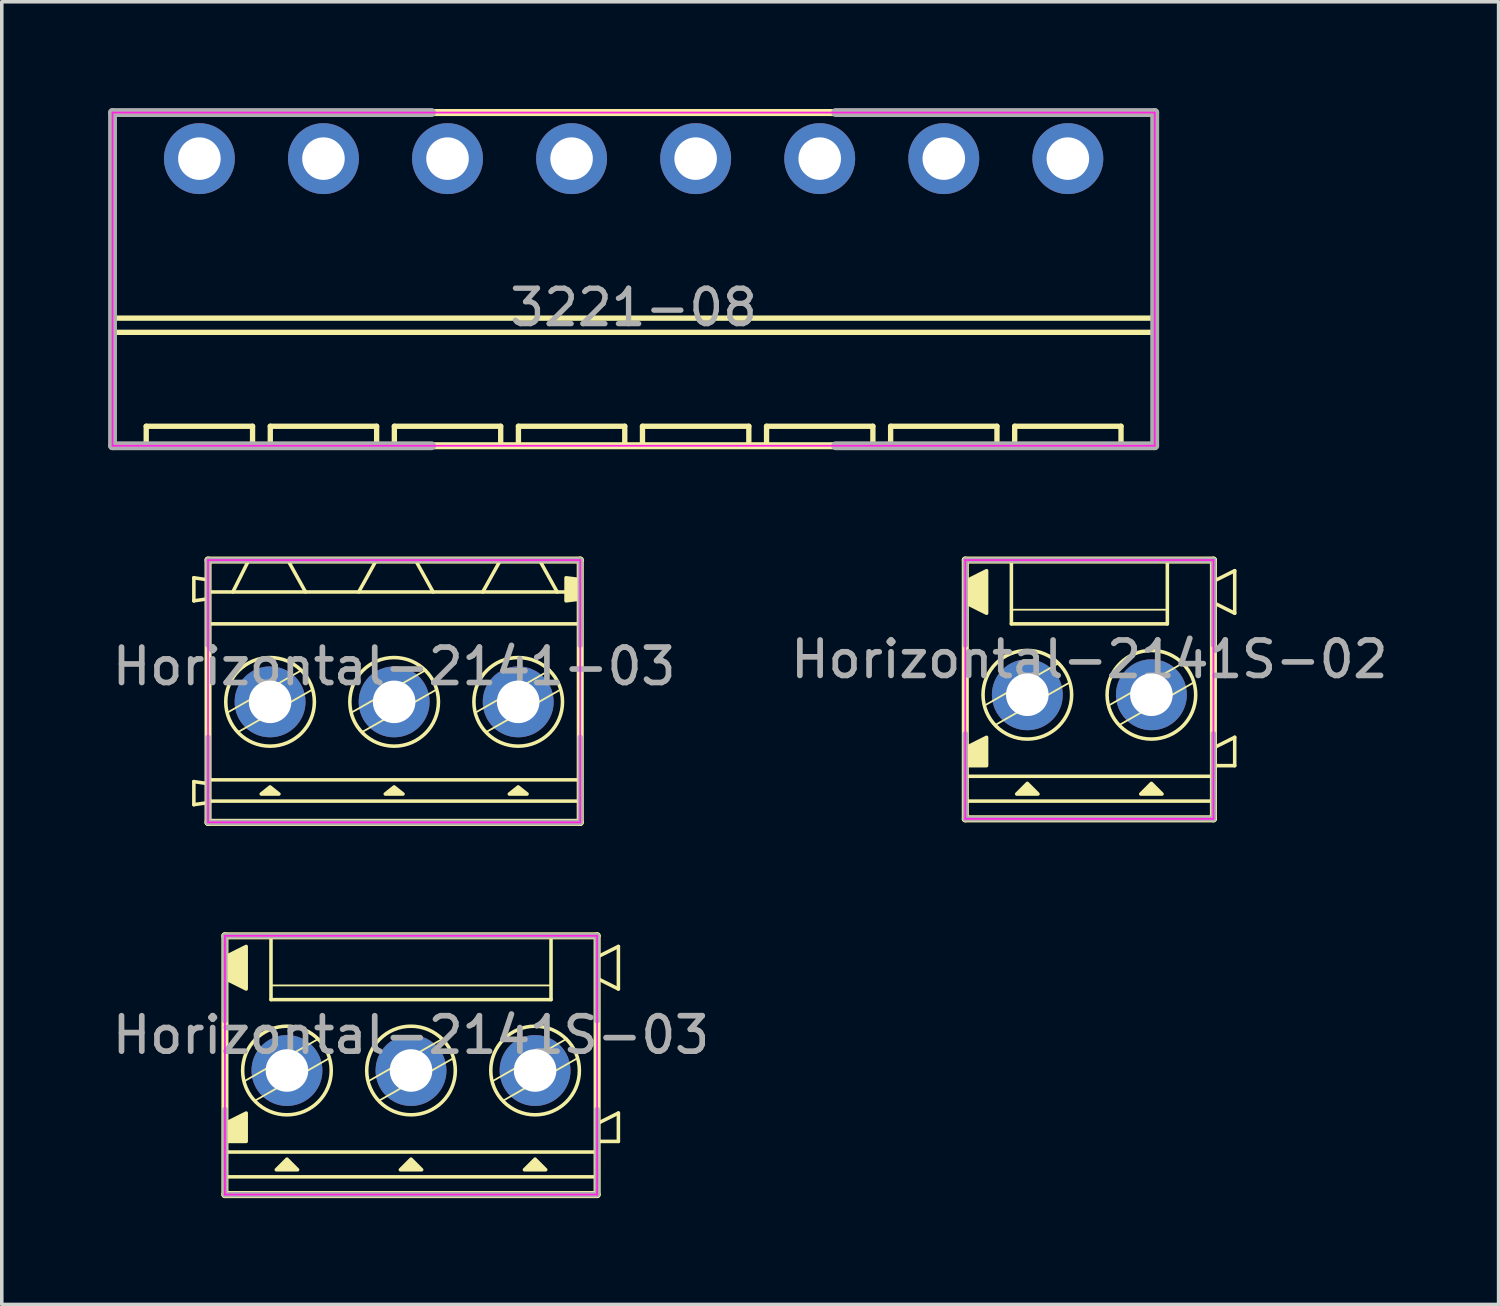
<source format=kicad_pcb>
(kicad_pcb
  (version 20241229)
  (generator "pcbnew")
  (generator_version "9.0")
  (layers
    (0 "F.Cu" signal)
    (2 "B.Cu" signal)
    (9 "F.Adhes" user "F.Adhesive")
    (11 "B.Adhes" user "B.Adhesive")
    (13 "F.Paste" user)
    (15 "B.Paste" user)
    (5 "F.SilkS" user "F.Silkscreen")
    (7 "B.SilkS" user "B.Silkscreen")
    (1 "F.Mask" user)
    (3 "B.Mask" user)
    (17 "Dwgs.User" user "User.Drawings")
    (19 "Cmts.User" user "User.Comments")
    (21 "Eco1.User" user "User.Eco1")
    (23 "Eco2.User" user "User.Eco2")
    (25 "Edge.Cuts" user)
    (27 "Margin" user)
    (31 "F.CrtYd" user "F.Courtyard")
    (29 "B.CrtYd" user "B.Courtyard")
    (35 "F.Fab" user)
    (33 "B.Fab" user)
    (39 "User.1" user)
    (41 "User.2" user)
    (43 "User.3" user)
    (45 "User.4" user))
  (footprint "3221-08"
    (layer "F.Cu")
    (at 14.825 1.425)
    (property "Reference" "3221-08" (at 0 4.2 0) (layer "F.Fab") (effects (font (size 1 1) (thickness 0.15))))
    (attr through_hole)
    (fp_line (start -14.7 -1.3) (end -14.7 8.1) (stroke (width 0.2) (type solid)) (layer "F.SilkS"))
    (fp_line (start -14.7 -1.3) (end 14.7 -1.3) (stroke (width 0.2) (type solid)) (layer "F.SilkS"))
    (fp_line (start -14.7 4.5) (end 14.7 4.5) (stroke (width 0.15) (type solid)) (layer "F.SilkS"))
    (fp_line (start -14.7 8.1) (end 14.7 8.1) (stroke (width 0.2) (type solid)) (layer "F.SilkS"))
    (fp_line (start -13.75 7.55) (end -10.75 7.55) (stroke (width 0.15) (type solid)) (layer "F.SilkS"))
    (fp_line (start -13.75 8.1) (end -13.75 7.55) (stroke (width 0.15) (type solid)) (layer "F.SilkS"))
    (fp_line (start -10.75 7.55) (end -10.75 8) (stroke (width 0.15) (type solid)) (layer "F.SilkS"))
    (fp_line (start -10.25 7.55) (end -7.25 7.55) (stroke (width 0.15) (type solid)) (layer "F.SilkS"))
    (fp_line (start -10.25 8.1) (end -10.25 7.55) (stroke (width 0.15) (type solid)) (layer "F.SilkS"))
    (fp_line (start -7.25 7.55) (end -7.25 8) (stroke (width 0.15) (type solid)) (layer "F.SilkS"))
    (fp_line (start -6.75 7.55) (end -3.75 7.55) (stroke (width 0.15) (type solid)) (layer "F.SilkS"))
    (fp_line (start -6.75 8.1) (end -6.75 7.55) (stroke (width 0.15) (type solid)) (layer "F.SilkS"))
    (fp_line (start -3.75 7.55) (end -3.75 8) (stroke (width 0.15) (type solid)) (layer "F.SilkS"))
    (fp_line (start -3.25 7.55) (end -0.25 7.55) (stroke (width 0.15) (type solid)) (layer "F.SilkS"))
    (fp_line (start -3.25 8) (end -3.25 7.55) (stroke (width 0.15) (type solid)) (layer "F.SilkS"))
    (fp_line (start -0.25 7.55) (end -0.25 8.1) (stroke (width 0.15) (type solid)) (layer "F.SilkS"))
    (fp_line (start 0.25 7.55) (end 3.25 7.55) (stroke (width 0.15) (type solid)) (layer "F.SilkS"))
    (fp_line (start 0.25 8.1) (end 0.25 7.55) (stroke (width 0.15) (type solid)) (layer "F.SilkS"))
    (fp_line (start 3.25 7.55) (end 3.25 8) (stroke (width 0.15) (type solid)) (layer "F.SilkS"))
    (fp_line (start 3.75 7.55) (end 6.75 7.55) (stroke (width 0.15) (type solid)) (layer "F.SilkS"))
    (fp_line (start 3.75 8) (end 3.75 7.55) (stroke (width 0.15) (type solid)) (layer "F.SilkS"))
    (fp_line (start 6.75 7.55) (end 6.75 8.1) (stroke (width 0.15) (type solid)) (layer "F.SilkS"))
    (fp_line (start 7.25 7.55) (end 10.25 7.55) (stroke (width 0.15) (type solid)) (layer "F.SilkS"))
    (fp_line (start 7.25 8) (end 7.25 7.55) (stroke (width 0.15) (type solid)) (layer "F.SilkS"))
    (fp_line (start 10.25 7.55) (end 10.25 8.1) (stroke (width 0.15) (type solid)) (layer "F.SilkS"))
    (fp_line (start 10.75 7.55) (end 13.75 7.55) (stroke (width 0.15) (type solid)) (layer "F.SilkS"))
    (fp_line (start 10.75 8) (end 10.75 7.55) (stroke (width 0.15) (type solid)) (layer "F.SilkS"))
    (fp_line (start 13.75 7.55) (end 13.75 8.1) (stroke (width 0.15) (type solid)) (layer "F.SilkS"))
    (fp_line (start 14.7 -1.3) (end 14.7 8.1) (stroke (width 0.2) (type solid)) (layer "F.SilkS"))
    (fp_line (start 14.7 4.9) (end -14.7 4.9) (stroke (width 0.15) (type solid)) (layer "F.SilkS"))
    (fp_line (start -14.7 -1.3) (end -14.7 8.1) (stroke (width 0.05) (type solid)) (layer "F.CrtYd"))
    (fp_line (start -14.7 8.1) (end 14.7 8.1) (stroke (width 0.05) (type solid)) (layer "F.CrtYd"))
    (fp_line (start 14.7 -1.3) (end -14.7 -1.3) (stroke (width 0.05) (type solid)) (layer "F.CrtYd"))
    (fp_line (start 14.7 8.1) (end 14.7 -1.3) (stroke (width 0.05) (type solid)) (layer "F.CrtYd"))
    (fp_line (start -14.7 -1.3) (end -14.7 8.1) (stroke (width 0.25) (type solid)) (layer "F.Fab"))
    (fp_line (start -14.7 -1.3) (end -5.7 -1.3) (stroke (width 0.25) (type solid)) (layer "F.Fab"))
    (fp_line (start -14.7 8.1) (end -5.7 8.1) (stroke (width 0.25) (type solid)) (layer "F.Fab"))
    (fp_line (start 5.7 -1.3) (end 14.7 -1.3) (stroke (width 0.25) (type solid)) (layer "F.Fab"))
    (fp_line (start 5.7 8.1) (end 14.7 8.1) (stroke (width 0.25) (type solid)) (layer "F.Fab"))
    (fp_line (start 14.7 -1.3) (end 14.7 8.1) (stroke (width 0.25) (type solid)) (layer "F.Fab"))
    (pad "1" thru_hole circle (at -12.25 0 180) (size 2 2) (drill 1.2) (layers "*.Cu" "*.Mask"))
    (pad "2" thru_hole circle (at -8.75 0 180) (size 2 2) (drill 1.2) (layers "*.Cu" "*.Mask"))
    (pad "3" thru_hole circle (at -5.25 0 180) (size 2 2) (drill 1.2) (layers "*.Cu" "*.Mask"))
    (pad "4" thru_hole circle (at -1.75 0 180) (size 2 2) (drill 1.2) (layers "*.Cu" "*.Mask"))
    (pad "5" thru_hole circle (at 1.75 0 180) (size 2 2) (drill 1.2) (layers "*.Cu" "*.Mask"))
    (pad "6" thru_hole circle (at 5.25 0 180) (size 2 2) (drill 1.2) (layers "*.Cu" "*.Mask"))
    (pad "7" thru_hole circle (at 8.75 0 180) (size 2 2) (drill 1.2) (layers "*.Cu" "*.Mask"))
    (pad "8" thru_hole circle (at 12.25 0 180) (size 2 2) (drill 1.2) (layers "*.Cu" "*.Mask")))
  (footprint "Horizontal-2141S-02"
    (layer "F.Cu")
    (at 27.682 16.55)
    (property "Reference" "Horizontal-2141S-02" (at 0 -1 180) (layer "F.Fab") (effects (font (size 1 1) (thickness 0.16))))
    (attr through_hole)
    (fp_line (start -3.5 -3.8) (end -3.5 3.5) (stroke (width 0.2) (type solid)) (layer "F.SilkS"))
    (fp_line (start -3.5 -3.8) (end 3.5 -3.8) (stroke (width 0.2) (type solid)) (layer "F.SilkS"))
    (fp_line (start -3.5 2.3) (end 3.5 2.3) (stroke (width 0.1) (type solid)) (layer "F.SilkS"))
    (fp_line (start -3.5 3) (end 3.5 3) (stroke (width 0.1) (type solid)) (layer "F.SilkS"))
    (fp_line (start -3.5 3.5) (end 3.5 3.5) (stroke (width 0.2) (type solid)) (layer "F.SilkS"))
    (fp_line (start -2.95 0.3) (end -0.85 -0.9) (stroke (width 0.05) (type solid)) (layer "F.SilkS"))
    (fp_line (start -2.65 0.85) (end -0.55 -0.35) (stroke (width 0.05) (type solid)) (layer "F.SilkS"))
    (fp_line (start -2.2 -3.8) (end -2.2 -2) (stroke (width 0.1) (type solid)) (layer "F.SilkS"))
    (fp_line (start -2.2 -2.4) (end 2.2 -2.4) (stroke (width 0.05) (type solid)) (layer "F.SilkS"))
    (fp_line (start -2.2 -2) (end 2.2 -2) (stroke (width 0.1) (type solid)) (layer "F.SilkS"))
    (fp_line (start 0.55 0.3) (end 2.65 -0.9) (stroke (width 0.05) (type solid)) (layer "F.SilkS"))
    (fp_line (start 0.85 0.85) (end 2.95 -0.35) (stroke (width 0.05) (type solid)) (layer "F.SilkS"))
    (fp_line (start 2.2 -3.8) (end 2.2 -2) (stroke (width 0.1) (type solid)) (layer "F.SilkS"))
    (fp_line (start 3.5 -3.8) (end 3.5 3.5) (stroke (width 0.2) (type solid)) (layer "F.SilkS"))
    (fp_line (start 3.5 -3.2) (end 4.1 -3.5) (stroke (width 0.1) (type solid)) (layer "F.SilkS"))
    (fp_line (start 3.5 1.5) (end 4.1 1.2) (stroke (width 0.1) (type solid)) (layer "F.SilkS"))
    (fp_line (start 3.5 2) (end 4.1 2) (stroke (width 0.1) (type solid)) (layer "F.SilkS"))
    (fp_line (start 4.1 -2.3) (end 3.5 -2.6) (stroke (width 0.1) (type solid)) (layer "F.SilkS"))
    (fp_line (start 4.1 -2.3) (end 4.1 -3.5) (stroke (width 0.1) (type solid)) (layer "F.SilkS"))
    (fp_line (start 4.1 2) (end 4.1 1.2) (stroke (width 0.1) (type solid)) (layer "F.SilkS"))
    (fp_circle (center -1.75 0) (end -0.5 0) (stroke (width 0.1) (type solid)) (fill no) (layer "F.SilkS"))
    (fp_circle (center 1.75 0) (end 3 0) (stroke (width 0.1) (type solid)) (fill no) (layer "F.SilkS"))
    (fp_poly (pts (xy -1.45 2.8) (xy -2.05 2.8) (xy -1.75 2.5)) (stroke (width 0.1) (type solid)) (fill yes) (layer "F.SilkS"))
    (fp_poly (pts (xy 2.05 2.8) (xy 1.45 2.8) (xy 1.75 2.5)) (stroke (width 0.1) (type solid)) (fill yes) (layer "F.SilkS"))
    (fp_poly (pts (xy -2.9 -2.3) (xy -3.5 -2.6) (xy -3.5 -3.2) (xy -2.9 -3.5)) (stroke (width 0.1) (type solid)) (fill yes) (layer "F.SilkS"))
    (fp_poly (pts (xy -2.9 2) (xy -3.5 2) (xy -3.5 1.5) (xy -2.9 1.2)) (stroke (width 0.1) (type solid)) (fill yes) (layer "F.SilkS"))
    (fp_line (start -3.5 3.5) (end -3.5 -3.8) (stroke (width 0.05) (type solid)) (layer "F.CrtYd"))
    (fp_line (start -3.5 3.5) (end 3.5 3.5) (stroke (width 0.05) (type solid)) (layer "F.CrtYd"))
    (fp_line (start 3.5 -3.8) (end -3.5 -3.8) (stroke (width 0.05) (type solid)) (layer "F.CrtYd"))
    (fp_line (start 3.5 -3.8) (end 3.5 3.5) (stroke (width 0.05) (type solid)) (layer "F.CrtYd"))
    (fp_line (start -3.5 -3.8) (end -3.5 -1.4) (stroke (width 0.15) (type solid)) (layer "F.Fab"))
    (fp_line (start -3.5 -3.8) (end 3.5 -3.8) (stroke (width 0.15) (type solid)) (layer "F.Fab"))
    (fp_line (start -3.5 1.1) (end -3.5 3.5) (stroke (width 0.15) (type solid)) (layer "F.Fab"))
    (fp_line (start -3.5 3.5) (end 3.5 3.5) (stroke (width 0.15) (type solid)) (layer "F.Fab"))
    (fp_line (start 3.5 -3.8) (end 3.5 -1.4) (stroke (width 0.15) (type solid)) (layer "F.Fab"))
    (fp_line (start 3.5 1.1) (end 3.5 3.5) (stroke (width 0.15) (type solid)) (layer "F.Fab"))
    (pad "1" thru_hole circle (at -1.75 0) (size 2 2) (drill 1.2) (layers "*.Cu" "*.Mask"))
    (pad "2" thru_hole circle (at 1.75 0) (size 2 2) (drill 1.2) (layers "*.Cu" "*.Mask")))
  (footprint "Horizontal-2141S-03"
    (layer "F.Cu")
    (at 8.545 27.15)
    (property "Reference" "Horizontal-2141S-03" (at 0 -1 180) (layer "F.Fab") (effects (font (size 1 1) (thickness 0.16))))
    (attr through_hole)
    (fp_line (start -5.25 -3.8) (end -5.25 3.5) (stroke (width 0.2) (type solid)) (layer "F.SilkS"))
    (fp_line (start -5.25 -3.8) (end 5.25 -3.8) (stroke (width 0.2) (type solid)) (layer "F.SilkS"))
    (fp_line (start -5.25 2.3) (end 5.25 2.3) (stroke (width 0.1) (type solid)) (layer "F.SilkS"))
    (fp_line (start -5.25 3) (end 5.25 3) (stroke (width 0.1) (type solid)) (layer "F.SilkS"))
    (fp_line (start -5.25 3.5) (end 5.25 3.5) (stroke (width 0.2) (type solid)) (layer "F.SilkS"))
    (fp_line (start -4.7 0.3) (end -2.6 -0.9) (stroke (width 0.05) (type solid)) (layer "F.SilkS"))
    (fp_line (start -4.4 0.85) (end -2.3 -0.35) (stroke (width 0.05) (type solid)) (layer "F.SilkS"))
    (fp_line (start -3.95 -3.8) (end -3.95 -2) (stroke (width 0.1) (type solid)) (layer "F.SilkS"))
    (fp_line (start -3.95 -2.4) (end 3.95 -2.4) (stroke (width 0.05) (type solid)) (layer "F.SilkS"))
    (fp_line (start -3.95 -2) (end 3.95 -2) (stroke (width 0.1) (type solid)) (layer "F.SilkS"))
    (fp_line (start -1.2 0.3) (end 0.9 -0.9) (stroke (width 0.05) (type solid)) (layer "F.SilkS"))
    (fp_line (start -0.9 0.85) (end 1.2 -0.35) (stroke (width 0.05) (type solid)) (layer "F.SilkS"))
    (fp_line (start 2.3 0.3) (end 4.4 -0.9) (stroke (width 0.05) (type solid)) (layer "F.SilkS"))
    (fp_line (start 2.6 0.85) (end 4.7 -0.35) (stroke (width 0.05) (type solid)) (layer "F.SilkS"))
    (fp_line (start 3.95 -3.8) (end 3.95 -2) (stroke (width 0.1) (type solid)) (layer "F.SilkS"))
    (fp_line (start 5.25 -3.8) (end 5.25 3.5) (stroke (width 0.2) (type solid)) (layer "F.SilkS"))
    (fp_line (start 5.25 -3.2) (end 5.85 -3.5) (stroke (width 0.1) (type solid)) (layer "F.SilkS"))
    (fp_line (start 5.25 1.5) (end 5.85 1.2) (stroke (width 0.1) (type solid)) (layer "F.SilkS"))
    (fp_line (start 5.25 2) (end 5.85 2) (stroke (width 0.1) (type solid)) (layer "F.SilkS"))
    (fp_line (start 5.85 -2.3) (end 5.25 -2.6) (stroke (width 0.1) (type solid)) (layer "F.SilkS"))
    (fp_line (start 5.85 -2.3) (end 5.85 -3.5) (stroke (width 0.1) (type solid)) (layer "F.SilkS"))
    (fp_line (start 5.85 2) (end 5.85 1.2) (stroke (width 0.1) (type solid)) (layer "F.SilkS"))
    (fp_circle (center -3.5 0) (end -2.25 0) (stroke (width 0.1) (type solid)) (fill no) (layer "F.SilkS"))
    (fp_circle (center 0 0) (end 1.25 0) (stroke (width 0.1) (type solid)) (fill no) (layer "F.SilkS"))
    (fp_circle (center 3.5 0) (end 4.75 0) (stroke (width 0.1) (type solid)) (fill no) (layer "F.SilkS"))
    (fp_poly (pts (xy -3.2 2.8) (xy -3.8 2.8) (xy -3.5 2.5)) (stroke (width 0.1) (type solid)) (fill yes) (layer "F.SilkS"))
    (fp_poly (pts (xy 0.3 2.8) (xy -0.3 2.8) (xy 0 2.5)) (stroke (width 0.1) (type solid)) (fill yes) (layer "F.SilkS"))
    (fp_poly (pts (xy 3.8 2.8) (xy 3.2 2.8) (xy 3.5 2.5)) (stroke (width 0.1) (type solid)) (fill yes) (layer "F.SilkS"))
    (fp_poly (pts (xy -4.65 -2.3) (xy -5.25 -2.6) (xy -5.25 -3.2) (xy -4.65 -3.5)) (stroke (width 0.1) (type solid)) (fill yes) (layer "F.SilkS"))
    (fp_poly (pts (xy -4.65 2) (xy -5.25 2) (xy -5.25 1.5) (xy -4.65 1.2)) (stroke (width 0.1) (type solid)) (fill yes) (layer "F.SilkS"))
    (fp_line (start -5.25 3.5) (end -5.25 -3.8) (stroke (width 0.05) (type solid)) (layer "F.CrtYd"))
    (fp_line (start -5.25 3.5) (end 5.25 3.5) (stroke (width 0.05) (type solid)) (layer "F.CrtYd"))
    (fp_line (start 5.25 -3.8) (end -5.25 -3.8) (stroke (width 0.05) (type solid)) (layer "F.CrtYd"))
    (fp_line (start 5.25 -3.8) (end 5.25 3.5) (stroke (width 0.05) (type solid)) (layer "F.CrtYd"))
    (fp_line (start -5.25 -3.8) (end -5.25 -1.4) (stroke (width 0.15) (type solid)) (layer "F.Fab"))
    (fp_line (start -5.25 -3.8) (end 5.25 -3.8) (stroke (width 0.15) (type solid)) (layer "F.Fab"))
    (fp_line (start -5.25 1.1) (end -5.25 3.5) (stroke (width 0.15) (type solid)) (layer "F.Fab"))
    (fp_line (start -5.25 3.5) (end 5.25 3.5) (stroke (width 0.15) (type solid)) (layer "F.Fab"))
    (fp_line (start 5.25 -3.8) (end 5.25 -1.4) (stroke (width 0.15) (type solid)) (layer "F.Fab"))
    (fp_line (start 5.25 1.1) (end 5.25 3.5) (stroke (width 0.15) (type solid)) (layer "F.Fab"))
    (pad "1" thru_hole circle (at -3.5 0) (size 2 2) (drill 1.2) (layers "*.Cu" "*.Mask"))
    (pad "2" thru_hole circle (at 0 0) (size 2 2) (drill 1.2) (layers "*.Cu" "*.Mask"))
    (pad "3" thru_hole circle (at 3.5 0) (size 2 2) (drill 1.2) (layers "*.Cu" "*.Mask")))
  (footprint "Horizontal-2141-03"
    (layer "F.Cu")
    (at 8.069 16.75)
    (property "Reference" "Horizontal-2141-03" (at 0 -1 180) (layer "F.Fab") (effects (font (size 1 1) (thickness 0.16))))
    (attr through_hole)
    (fp_line (start -5.65 -3.5) (end -5.65 -2.85) (stroke (width 0.1) (type solid)) (layer "F.SilkS"))
    (fp_line (start -5.65 -2.85) (end -5.3 -2.9) (stroke (width 0.1) (type solid)) (layer "F.SilkS"))
    (fp_line (start -5.65 2.25) (end -5.65 2.9) (stroke (width 0.1) (type solid)) (layer "F.SilkS"))
    (fp_line (start -5.65 2.9) (end -5.3 2.85) (stroke (width 0.1) (type solid)) (layer "F.SilkS"))
    (fp_line (start -5.3 -3.45) (end -5.65 -3.5) (stroke (width 0.1) (type solid)) (layer "F.SilkS"))
    (fp_line (start -5.3 2.3) (end -5.65 2.25) (stroke (width 0.1) (type solid)) (layer "F.SilkS"))
    (fp_line (start -5.25 -4) (end -5.25 3.4) (stroke (width 0.2) (type solid)) (layer "F.SilkS"))
    (fp_line (start -5.25 -4) (end 5.25 -4) (stroke (width 0.2) (type solid)) (layer "F.SilkS"))
    (fp_line (start -5.25 -3.1) (end 5.25 -3.1) (stroke (width 0.1) (type solid)) (layer "F.SilkS"))
    (fp_line (start -5.25 -2.2) (end 5.25 -2.2) (stroke (width 0.1) (type solid)) (layer "F.SilkS"))
    (fp_line (start -5.25 2.2) (end 5.25 2.2) (stroke (width 0.1) (type solid)) (layer "F.SilkS"))
    (fp_line (start -5.25 2.8) (end 5.25 2.8) (stroke (width 0.1) (type solid)) (layer "F.SilkS"))
    (fp_line (start -5.25 3.4) (end 5.25 3.4) (stroke (width 0.2) (type solid)) (layer "F.SilkS"))
    (fp_line (start -4.7 0.3) (end -2.6 -0.9) (stroke (width 0.05) (type solid)) (layer "F.SilkS"))
    (fp_line (start -4.55 -3.1) (end -4.1 -4) (stroke (width 0.1) (type solid)) (layer "F.SilkS"))
    (fp_line (start -4.4 0.85) (end -2.3 -0.35) (stroke (width 0.05) (type solid)) (layer "F.SilkS"))
    (fp_line (start -3 -4) (end -2.5 -3.1) (stroke (width 0.1) (type solid)) (layer "F.SilkS"))
    (fp_line (start -1.2 0.3) (end 0.9 -0.9) (stroke (width 0.05) (type solid)) (layer "F.SilkS"))
    (fp_line (start -1 -3.1) (end -0.5 -4) (stroke (width 0.1) (type solid)) (layer "F.SilkS"))
    (fp_line (start -0.9 0.85) (end 1.2 -0.35) (stroke (width 0.05) (type solid)) (layer "F.SilkS"))
    (fp_line (start 0.6 -4) (end 1.1 -3.1) (stroke (width 0.1) (type solid)) (layer "F.SilkS"))
    (fp_line (start 2.3 0.3) (end 4.4 -0.9) (stroke (width 0.05) (type solid)) (layer "F.SilkS"))
    (fp_line (start 2.5 -3.1) (end 3 -4) (stroke (width 0.1) (type solid)) (layer "F.SilkS"))
    (fp_line (start 2.6 0.85) (end 4.7 -0.35) (stroke (width 0.05) (type solid)) (layer "F.SilkS"))
    (fp_line (start 4.1 -4) (end 4.6 -3.1) (stroke (width 0.1) (type solid)) (layer "F.SilkS"))
    (fp_line (start 5.25 -4) (end 5.25 3.4) (stroke (width 0.2) (type solid)) (layer "F.SilkS"))
    (fp_circle (center -3.5 0) (end -2.25 0) (stroke (width 0.1) (type solid)) (fill no) (layer "F.SilkS"))
    (fp_circle (center 0 0) (end 1.25 0) (stroke (width 0.1) (type solid)) (fill no) (layer "F.SilkS"))
    (fp_circle (center 3.5 0) (end 4.75 0) (stroke (width 0.1) (type solid)) (fill no) (layer "F.SilkS"))
    (fp_poly (pts (xy -3.25 2.6) (xy -3.75 2.6) (xy -3.5 2.4)) (stroke (width 0.1) (type solid)) (fill yes) (layer "F.SilkS"))
    (fp_poly (pts (xy 0.25 2.6) (xy -0.25 2.6) (xy 0 2.4)) (stroke (width 0.1) (type solid)) (fill yes) (layer "F.SilkS"))
    (fp_poly (pts (xy 3.75 2.6) (xy 3.25 2.6) (xy 3.5 2.4)) (stroke (width 0.1) (type solid)) (fill yes) (layer "F.SilkS"))
    (fp_poly (pts (xy 5.25 -3.45) (xy 5.25 -2.9) (xy 4.85 -2.85) (xy 4.85 -3.5)) (stroke (width 0.1) (type solid)) (fill yes) (layer "F.SilkS"))
    (fp_line (start -5.25 -4) (end 5.25 -4) (stroke (width 0.05) (type solid)) (layer "F.CrtYd"))
    (fp_line (start -5.25 3.4) (end -5.25 -4) (stroke (width 0.05) (type solid)) (layer "F.CrtYd"))
    (fp_line (start -5.25 3.4) (end 5.25 3.4) (stroke (width 0.05) (type solid)) (layer "F.CrtYd"))
    (fp_line (start 5.25 -4) (end 5.25 3.4) (stroke (width 0.05) (type solid)) (layer "F.CrtYd"))
    (fp_line (start -5.25 -4) (end -5.25 -1.6) (stroke (width 0.15) (type solid)) (layer "F.Fab"))
    (fp_line (start -5.25 -4) (end 5.25 -4) (stroke (width 0.15) (type solid)) (layer "F.Fab"))
    (fp_line (start -5.25 1) (end -5.25 3.4) (stroke (width 0.15) (type solid)) (layer "F.Fab"))
    (fp_line (start -5.25 3.4) (end 5.25 3.4) (stroke (width 0.15) (type solid)) (layer "F.Fab"))
    (fp_line (start 5.25 -4) (end 5.25 -1.6) (stroke (width 0.15) (type solid)) (layer "F.Fab"))
    (fp_line (start 5.25 1) (end 5.25 3.4) (stroke (width 0.15) (type solid)) (layer "F.Fab"))
    (pad "1" thru_hole circle (at -3.5 0) (size 2 2) (drill 1.2) (layers "*.Cu" "*.Mask"))
    (pad "2" thru_hole circle (at 0 0) (size 2 2) (drill 1.2) (layers "*.Cu" "*.Mask"))
    (pad "3" thru_hole circle (at 3.5 0) (size 2 2) (drill 1.2) (layers "*.Cu" "*.Mask")))
  (gr_rect
    (start -3 -3)
    (end 39.227 33.75)
    (stroke (width 0.1) (type default))
    (fill no)
    (layer "Edge.Cuts")))
</source>
